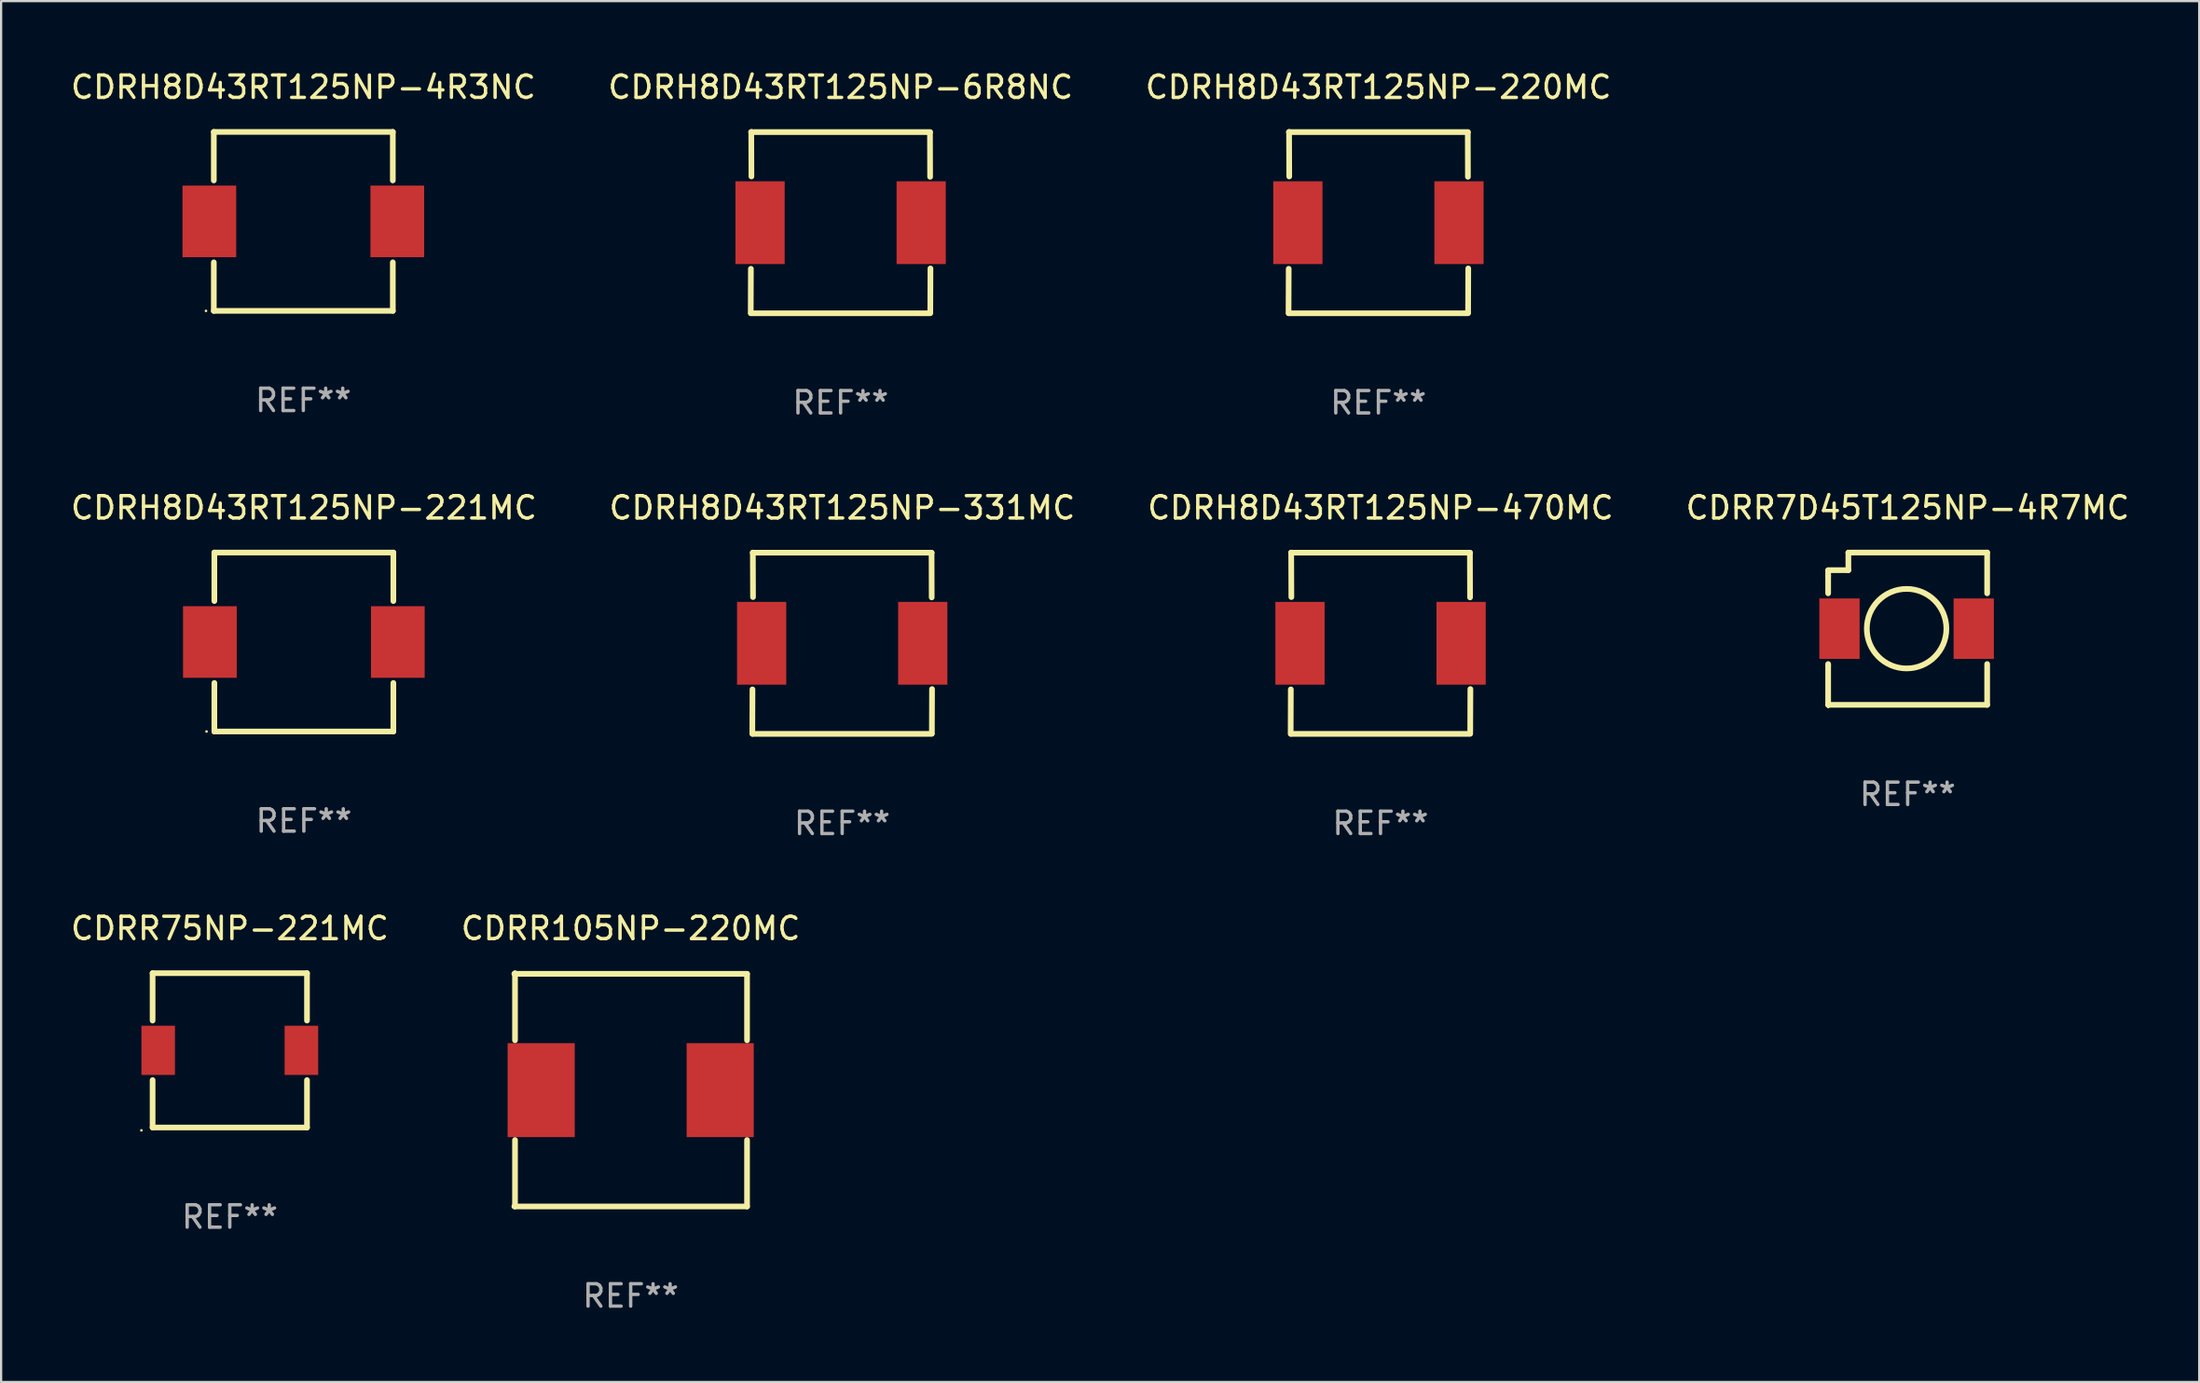
<source format=kicad_pcb>
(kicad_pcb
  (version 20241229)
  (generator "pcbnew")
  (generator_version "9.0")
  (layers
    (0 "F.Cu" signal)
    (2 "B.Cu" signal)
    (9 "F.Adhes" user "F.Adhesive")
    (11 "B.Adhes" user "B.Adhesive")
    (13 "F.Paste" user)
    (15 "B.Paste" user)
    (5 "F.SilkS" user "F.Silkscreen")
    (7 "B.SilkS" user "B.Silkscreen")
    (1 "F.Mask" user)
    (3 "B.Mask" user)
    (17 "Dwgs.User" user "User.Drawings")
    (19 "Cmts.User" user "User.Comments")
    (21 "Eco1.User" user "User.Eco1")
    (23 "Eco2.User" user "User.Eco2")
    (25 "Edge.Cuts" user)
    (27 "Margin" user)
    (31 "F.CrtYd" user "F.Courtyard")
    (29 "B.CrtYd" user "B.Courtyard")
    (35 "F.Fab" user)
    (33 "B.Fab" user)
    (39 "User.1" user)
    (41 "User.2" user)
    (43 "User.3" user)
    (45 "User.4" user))
  (footprint "CDRR105NP-220MC"
    (layer "F.Cu")
    (at 25.137 45.67)
    (property "Reference" "CDRR105NP-220MC" (at 0 -7.215 0) (layer "F.SilkS") (effects (font (size 1 1) (thickness 0.15))))
    (attr through_hole)
    (fp_line (start -5.2 -5.185) (end 5.2 -5.185) (stroke (width 0.254) (type solid)) (layer "F.SilkS"))
    (fp_line (start -5.17 -5.215) (end -5.17 -2.216) (stroke (width 0.254) (type solid)) (layer "F.SilkS"))
    (fp_line (start -5.17 2.246) (end -5.17 5.215) (stroke (width 0.254) (type solid)) (layer "F.SilkS"))
    (fp_line (start 5.2 -5.185) (end 5.2 -2.216) (stroke (width 0.254) (type solid)) (layer "F.SilkS"))
    (fp_line (start 5.2 2.246) (end 5.2 5.215) (stroke (width 0.254) (type solid)) (layer "F.SilkS"))
    (fp_line (start 5.2 5.215) (end -5.2 5.215) (stroke (width 0.254) (type solid)) (layer "F.SilkS"))
    (fp_circle (center 5.2 -5.185) (end 5.23 -5.185) (stroke (width 0.06) (type solid)) (fill no) (layer "F.SilkS"))
    (fp_text user "REF**" (at 0 9.215 0) (layer "F.Fab") (effects (font (size 1 1) (thickness 0.15))))
    (pad "1" smd rect (at 4 0.015 180) (size 3 4.2) (layers "F.Cu" "F.Mask" "F.Paste"))
    (pad "2" smd rect (at -4 0.015 180) (size 3 4.2) (layers "F.Cu" "F.Mask" "F.Paste")))
  (footprint "CDRH8D43RT125NP-4R3NC"
    (layer "F.Cu")
    (at 10.506 6.848)
    (property "Reference" "CDRH8D43RT125NP-4R3NC" (at 0 -6 0) (layer "F.SilkS") (effects (font (size 1 1) (thickness 0.15))))
    (attr through_hole)
    (fp_line (start -4 -4) (end 4 -4) (stroke (width 0.254) (type solid)) (layer "F.SilkS"))
    (fp_line (start -4 -1.831) (end -4 -4) (stroke (width 0.254) (type solid)) (layer "F.SilkS"))
    (fp_line (start -4 4) (end -4 1.831) (stroke (width 0.254) (type solid)) (layer "F.SilkS"))
    (fp_line (start -4 4) (end 4 4) (stroke (width 0.254) (type solid)) (layer "F.SilkS"))
    (fp_line (start 4 -1.831) (end 4 -4) (stroke (width 0.254) (type solid)) (layer "F.SilkS"))
    (fp_line (start 4 4) (end 4 1.831) (stroke (width 0.254) (type solid)) (layer "F.SilkS"))
    (fp_circle (center -4.35 4) (end -4.32 4) (stroke (width 0.06) (type solid)) (fill no) (layer "F.SilkS"))
    (fp_text user "REF**" (at 0 8 0) (layer "F.Fab") (effects (font (size 1 1) (thickness 0.15))))
    (pad "1" smd rect (at -4.2 0) (size 2.4 3.2) (layers "F.Cu" "F.Mask" "F.Paste"))
    (pad "2" smd rect (at 4.2 0) (size 2.4 3.2) (layers "F.Cu" "F.Mask" "F.Paste")))
  (footprint "CDRH8D43RT125NP-470MC"
    (layer "F.Cu")
    (at 58.649 25.705)
    (property "Reference" "CDRH8D43RT125NP-470MC" (at 0 -6.053 0) (layer "F.SilkS") (effects (font (size 1 1) (thickness 0.15))))
    (attr through_hole)
    (fp_line (start -4.009 2.064) (end -4.016 4.049) (stroke (width 0.254) (type solid)) (layer "F.SilkS"))
    (fp_line (start -3.999 -4.047) (end 4.001 -4.047) (stroke (width 0.254) (type solid)) (layer "F.SilkS"))
    (fp_line (start -3.999 4.053) (end 4.001 4.053) (stroke (width 0.254) (type solid)) (layer "F.SilkS"))
    (fp_line (start -3.985 -2.062) (end -3.992 -4.053) (stroke (width 0.254) (type solid)) (layer "F.SilkS"))
    (fp_line (start 4.001 -2.047) (end 3.995 -4.039) (stroke (width 0.254) (type solid)) (layer "F.SilkS"))
    (fp_line (start 4.016 2.049) (end 4.009 4.033) (stroke (width 0.254) (type solid)) (layer "F.SilkS"))
    (fp_circle (center -4.049 4.003) (end -4.019 4.003) (stroke (width 0.06) (type solid)) (fill no) (layer "F.SilkS"))
    (fp_text user "REF**" (at 0 8.053 0) (layer "F.Fab") (effects (font (size 1 1) (thickness 0.15))))
    (pad "1" smd rect (at -3.599 0.003) (size 2.2 3.7) (layers "F.Cu" "F.Mask" "F.Paste"))
    (pad "2" smd rect (at 3.602 0.003) (size 2.2 3.7) (layers "F.Cu" "F.Mask" "F.Paste")))
  (footprint "CDRR7D45T125NP-4R7MC"
    (layer "F.Cu")
    (at 82.208 25.055)
    (property "Reference" "CDRR7D45T125NP-4R7MC" (at 0 -5.404 0) (layer "F.SilkS") (effects (font (size 1 1) (thickness 0.15))))
    (attr through_hole)
    (fp_line (start -3.553 -2.362) (end -3.553 -2.6) (stroke (width 0.254) (type solid)) (layer "F.SilkS"))
    (fp_line (start -3.553 -2.362) (end -3.553 -1.581) (stroke (width 0.254) (type solid)) (layer "F.SilkS"))
    (fp_line (start -3.553 1.581) (end -3.553 1.651) (stroke (width 0.254) (type solid)) (layer "F.SilkS"))
    (fp_line (start -3.553 3.404) (end -3.553 1.651) (stroke (width 0.254) (type solid)) (layer "F.SilkS"))
    (fp_line (start -2.65 -3.4) (end -2.511 -3.4) (stroke (width 0.254) (type solid)) (layer "F.SilkS"))
    (fp_line (start -2.65 -2.616) (end -3.553 -2.616) (stroke (width 0.254) (type solid)) (layer "F.SilkS"))
    (fp_line (start -2.65 -2.616) (end -2.65 -3.4) (stroke (width 0.254) (type solid)) (layer "F.SilkS"))
    (fp_line (start -2.511 -3.404) (end 3.553 -3.404) (stroke (width 0.254) (type solid)) (layer "F.SilkS"))
    (fp_line (start 3.553 -3.404) (end 3.553 -1.581) (stroke (width 0.254) (type solid)) (layer "F.SilkS"))
    (fp_line (start 3.553 1.581) (end 3.553 3.404) (stroke (width 0.254) (type solid)) (layer "F.SilkS"))
    (fp_line (start 3.553 3.404) (end -3.553 3.404) (stroke (width 0.254) (type solid)) (layer "F.SilkS"))
    (fp_circle (center -3.547 3.5) (end -3.517 3.5) (stroke (width 0.06) (type solid)) (fill no) (layer "F.SilkS"))
    (fp_circle (center -0.047 -0.000102) (end 1.731 -0.000102) (stroke (width 0.254) (type solid)) (fill no) (layer "F.SilkS"))
    (fp_text user "REF**" (at 0 7.404 0) (layer "F.Fab") (effects (font (size 1 1) (thickness 0.15))))
    (pad "1" smd rect (at -3.047 -0.000102) (size 1.8 2.7) (layers "F.Cu" "F.Mask" "F.Paste"))
    (pad "2" smd rect (at 2.953 -0.000102) (size 1.8 2.7) (layers "F.Cu" "F.Mask" "F.Paste")))
  (footprint "CDRH8D43RT125NP-220MC"
    (layer "F.Cu")
    (at 58.554 6.902)
    (property "Reference" "CDRH8D43RT125NP-220MC" (at 0 -6.053 0) (layer "F.SilkS") (effects (font (size 1 1) (thickness 0.15))))
    (attr through_hole)
    (fp_line (start -4.009 2.064) (end -4.016 4.049) (stroke (width 0.254) (type solid)) (layer "F.SilkS"))
    (fp_line (start -3.999 -4.047) (end 4.001 -4.047) (stroke (width 0.254) (type solid)) (layer "F.SilkS"))
    (fp_line (start -3.999 4.053) (end 4.001 4.053) (stroke (width 0.254) (type solid)) (layer "F.SilkS"))
    (fp_line (start -3.985 -2.062) (end -3.992 -4.053) (stroke (width 0.254) (type solid)) (layer "F.SilkS"))
    (fp_line (start 4.001 -2.047) (end 3.995 -4.039) (stroke (width 0.254) (type solid)) (layer "F.SilkS"))
    (fp_line (start 4.016 2.049) (end 4.009 4.033) (stroke (width 0.254) (type solid)) (layer "F.SilkS"))
    (fp_circle (center -4.049 4.003) (end -4.019 4.003) (stroke (width 0.06) (type solid)) (fill no) (layer "F.SilkS"))
    (fp_text user "REF**" (at 0 8.053 0) (layer "F.Fab") (effects (font (size 1 1) (thickness 0.15))))
    (pad "1" smd rect (at -3.599 0.003) (size 2.2 3.7) (layers "F.Cu" "F.Mask" "F.Paste"))
    (pad "2" smd rect (at 3.602 0.003) (size 2.2 3.7) (layers "F.Cu" "F.Mask" "F.Paste")))
  (footprint "CDRH8D43RT125NP-6R8NC"
    (layer "F.Cu")
    (at 34.518 6.902)
    (property "Reference" "CDRH8D43RT125NP-6R8NC" (at 0 -6.053 0) (layer "F.SilkS") (effects (font (size 1 1) (thickness 0.15))))
    (attr through_hole)
    (fp_line (start -4.009 2.064) (end -4.016 4.049) (stroke (width 0.254) (type solid)) (layer "F.SilkS"))
    (fp_line (start -3.999 -4.047) (end 4.001 -4.047) (stroke (width 0.254) (type solid)) (layer "F.SilkS"))
    (fp_line (start -3.999 4.053) (end 4.001 4.053) (stroke (width 0.254) (type solid)) (layer "F.SilkS"))
    (fp_line (start -3.985 -2.062) (end -3.992 -4.053) (stroke (width 0.254) (type solid)) (layer "F.SilkS"))
    (fp_line (start 4.001 -2.047) (end 3.995 -4.039) (stroke (width 0.254) (type solid)) (layer "F.SilkS"))
    (fp_line (start 4.016 2.049) (end 4.009 4.033) (stroke (width 0.254) (type solid)) (layer "F.SilkS"))
    (fp_circle (center -4.049 4.003) (end -4.019 4.003) (stroke (width 0.06) (type solid)) (fill no) (layer "F.SilkS"))
    (fp_text user "REF**" (at 0 8.053 0) (layer "F.Fab") (effects (font (size 1 1) (thickness 0.15))))
    (pad "1" smd rect (at -3.599 0.003) (size 2.2 3.7) (layers "F.Cu" "F.Mask" "F.Paste"))
    (pad "2" smd rect (at 3.602 0.003) (size 2.2 3.7) (layers "F.Cu" "F.Mask" "F.Paste")))
  (footprint "CDRR75NP-221MC"
    (layer "F.Cu")
    (at 7.22 43.905)
    (property "Reference" "CDRR75NP-221MC" (at 0 -5.45 0) (layer "F.SilkS") (effects (font (size 1 1) (thickness 0.15))))
    (attr through_hole)
    (fp_line (start -3.45 -3.45) (end 3.45 -3.45) (stroke (width 0.254) (type solid)) (layer "F.SilkS"))
    (fp_line (start -3.45 -1.331) (end -3.45 -3.45) (stroke (width 0.254) (type solid)) (layer "F.SilkS"))
    (fp_line (start -3.45 3.45) (end -3.45 1.331) (stroke (width 0.254) (type solid)) (layer "F.SilkS"))
    (fp_line (start 3.45 -1.331) (end 3.45 -3.45) (stroke (width 0.254) (type solid)) (layer "F.SilkS"))
    (fp_line (start 3.45 3.45) (end -3.45 3.45) (stroke (width 0.254) (type solid)) (layer "F.SilkS"))
    (fp_line (start 3.45 3.45) (end 3.45 1.331) (stroke (width 0.254) (type solid)) (layer "F.SilkS"))
    (fp_circle (center -3.95 3.577) (end -3.92 3.577) (stroke (width 0.06) (type solid)) (fill no) (layer "F.SilkS"))
    (fp_text user "REF**" (at 0 7.45 0) (layer "F.Fab") (effects (font (size 1 1) (thickness 0.15))))
    (pad "1" smd rect (at -3.2 0.000013) (size 1.5 2.2) (layers "F.Cu" "F.Mask" "F.Paste"))
    (pad "2" smd rect (at 3.2 0.000013) (size 1.5 2.2) (layers "F.Cu" "F.Mask" "F.Paste")))
  (footprint "CDRH8D43RT125NP-221MC"
    (layer "F.Cu")
    (at 10.53 25.651)
    (property "Reference" "CDRH8D43RT125NP-221MC" (at 0 -6 0) (layer "F.SilkS") (effects (font (size 1 1) (thickness 0.15))))
    (attr through_hole)
    (fp_line (start -4 -4) (end 4 -4) (stroke (width 0.254) (type solid)) (layer "F.SilkS"))
    (fp_line (start -4 -1.831) (end -4 -4) (stroke (width 0.254) (type solid)) (layer "F.SilkS"))
    (fp_line (start -4 4) (end -4 1.831) (stroke (width 0.254) (type solid)) (layer "F.SilkS"))
    (fp_line (start -4 4) (end 4 4) (stroke (width 0.254) (type solid)) (layer "F.SilkS"))
    (fp_line (start 4 -1.831) (end 4 -4) (stroke (width 0.254) (type solid)) (layer "F.SilkS"))
    (fp_line (start 4 4) (end 4 1.831) (stroke (width 0.254) (type solid)) (layer "F.SilkS"))
    (fp_circle (center -4.35 4) (end -4.32 4) (stroke (width 0.06) (type solid)) (fill no) (layer "F.SilkS"))
    (fp_text user "REF**" (at 0 8 0) (layer "F.Fab") (effects (font (size 1 1) (thickness 0.15))))
    (pad "1" smd rect (at -4.2 0) (size 2.4 3.2) (layers "F.Cu" "F.Mask" "F.Paste"))
    (pad "2" smd rect (at 4.2 0) (size 2.4 3.2) (layers "F.Cu" "F.Mask" "F.Paste")))
  (footprint "CDRH8D43RT125NP-331MC"
    (layer "F.Cu")
    (at 34.589 25.705)
    (property "Reference" "CDRH8D43RT125NP-331MC" (at 0 -6.053 0) (layer "F.SilkS") (effects (font (size 1 1) (thickness 0.15))))
    (attr through_hole)
    (fp_line (start -4.009 2.064) (end -4.016 4.049) (stroke (width 0.254) (type solid)) (layer "F.SilkS"))
    (fp_line (start -3.999 -4.047) (end 4.001 -4.047) (stroke (width 0.254) (type solid)) (layer "F.SilkS"))
    (fp_line (start -3.999 4.053) (end 4.001 4.053) (stroke (width 0.254) (type solid)) (layer "F.SilkS"))
    (fp_line (start -3.985 -2.062) (end -3.992 -4.053) (stroke (width 0.254) (type solid)) (layer "F.SilkS"))
    (fp_line (start 4.001 -2.047) (end 3.995 -4.039) (stroke (width 0.254) (type solid)) (layer "F.SilkS"))
    (fp_line (start 4.016 2.049) (end 4.009 4.033) (stroke (width 0.254) (type solid)) (layer "F.SilkS"))
    (fp_circle (center -4.049 4.003) (end -4.019 4.003) (stroke (width 0.06) (type solid)) (fill no) (layer "F.SilkS"))
    (fp_text user "REF**" (at 0 8.053 0) (layer "F.Fab") (effects (font (size 1 1) (thickness 0.15))))
    (pad "1" smd rect (at -3.599 0.003) (size 2.2 3.7) (layers "F.Cu" "F.Mask" "F.Paste"))
    (pad "2" smd rect (at 3.602 0.003) (size 2.2 3.7) (layers "F.Cu" "F.Mask" "F.Paste")))
  (gr_rect
    (start -3 -3)
    (end 95.238 58.733)
    (stroke (width 0.1) (type default))
    (fill no)
    (layer "Edge.Cuts")))
</source>
